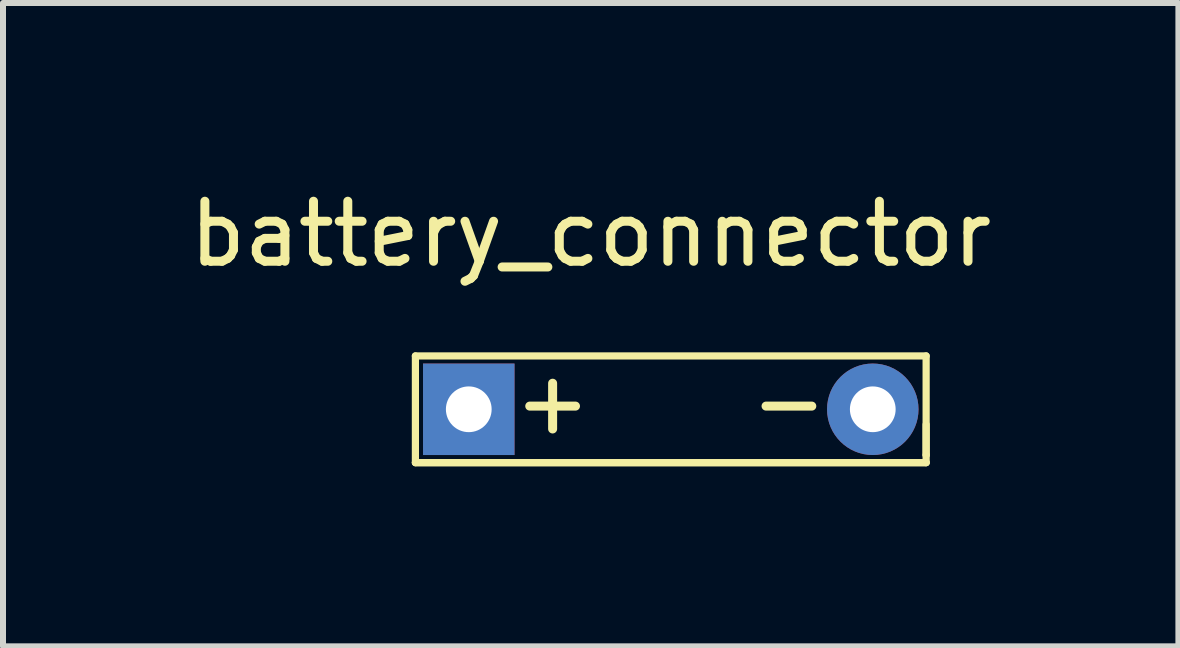
<source format=kicad_pcb>
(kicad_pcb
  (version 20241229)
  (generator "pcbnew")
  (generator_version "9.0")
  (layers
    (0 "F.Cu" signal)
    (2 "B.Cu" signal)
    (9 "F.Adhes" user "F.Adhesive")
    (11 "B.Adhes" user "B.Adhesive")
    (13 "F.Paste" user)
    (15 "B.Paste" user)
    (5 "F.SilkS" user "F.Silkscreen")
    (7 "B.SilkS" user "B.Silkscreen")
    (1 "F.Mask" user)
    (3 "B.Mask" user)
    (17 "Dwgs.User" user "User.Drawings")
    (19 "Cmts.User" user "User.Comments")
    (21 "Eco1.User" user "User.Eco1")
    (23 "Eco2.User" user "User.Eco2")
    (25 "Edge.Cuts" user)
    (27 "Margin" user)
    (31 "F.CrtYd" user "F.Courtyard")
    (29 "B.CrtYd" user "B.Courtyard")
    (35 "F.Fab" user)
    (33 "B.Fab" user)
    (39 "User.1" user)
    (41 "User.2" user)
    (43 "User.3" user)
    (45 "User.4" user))
  (footprint "battery_connector"
    (layer "F.Cu")
    (at 6.919 2.88)
    (property "Reference" "battery_connector" (at -0.127 -2.032 0) (layer "F.SilkS") (effects (font (size 1 1) (thickness 0.15))))
    (attr through_hole)
    (fp_line (start -3.048 0) (end -3.048 1.778) (stroke (width 0.12) (type solid)) (layer "F.SilkS"))
    (fp_line (start -3.048 0) (end 5.461 0) (stroke (width 0.12) (type solid)) (layer "F.SilkS"))
    (fp_line (start -3.048 1.778) (end 5.461 1.778) (stroke (width 0.12) (type solid)) (layer "F.SilkS"))
    (fp_line (start 5.461 0) (end 5.461 1.651) (stroke (width 0.12) (type solid)) (layer "F.SilkS"))
    (fp_line (start 5.461 1.651) (end 5.461 1.143) (stroke (width 0.12) (type solid)) (layer "F.SilkS"))
    (fp_line (start 5.461 1.778) (end -3.048 1.778) (stroke (width 0.12) (type solid)) (layer "F.SilkS"))
    (fp_line (start 5.461 1.778) (end 5.461 1.651) (stroke (width 0.12) (type solid)) (layer "F.SilkS"))
    (fp_text user "+" (at -0.762 0.762 0) (layer "F.SilkS") (effects (font (size 1 1) (thickness 0.15))))
    (fp_text user "-" (at 3.175 0.762 0) (layer "F.SilkS") (effects (font (size 1 1) (thickness 0.15))))
    (pad "1" thru_hole rect (at -2.159 0.889) (size 1.524 1.524) (drill 0.762) (layers "*.Cu" "*.Mask"))
    (pad "2" thru_hole circle (at 4.572 0.889) (size 1.524 1.524) (drill 0.762) (layers "*.Cu" "*.Mask")))
  (gr_rect
    (start -3 -3)
    (end 16.583 7.718)
    (stroke (width 0.1) (type default))
    (fill no)
    (layer "Edge.Cuts")))
</source>
